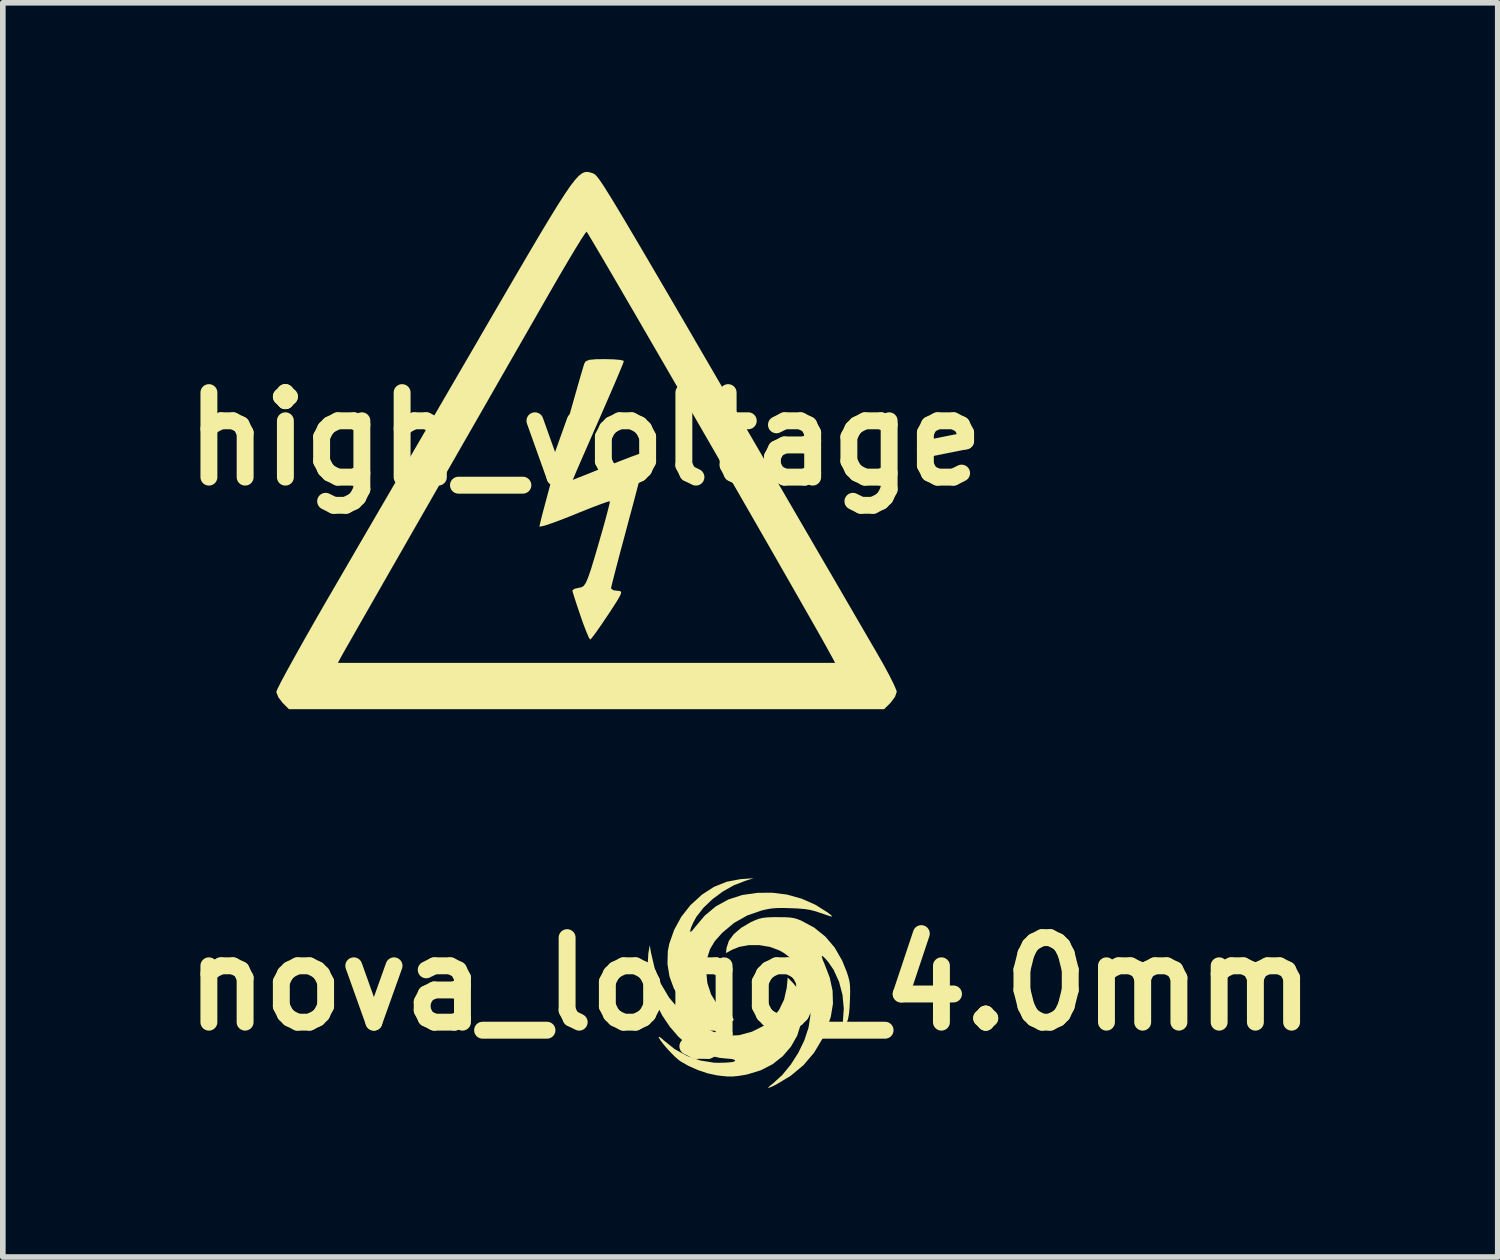
<source format=kicad_pcb>
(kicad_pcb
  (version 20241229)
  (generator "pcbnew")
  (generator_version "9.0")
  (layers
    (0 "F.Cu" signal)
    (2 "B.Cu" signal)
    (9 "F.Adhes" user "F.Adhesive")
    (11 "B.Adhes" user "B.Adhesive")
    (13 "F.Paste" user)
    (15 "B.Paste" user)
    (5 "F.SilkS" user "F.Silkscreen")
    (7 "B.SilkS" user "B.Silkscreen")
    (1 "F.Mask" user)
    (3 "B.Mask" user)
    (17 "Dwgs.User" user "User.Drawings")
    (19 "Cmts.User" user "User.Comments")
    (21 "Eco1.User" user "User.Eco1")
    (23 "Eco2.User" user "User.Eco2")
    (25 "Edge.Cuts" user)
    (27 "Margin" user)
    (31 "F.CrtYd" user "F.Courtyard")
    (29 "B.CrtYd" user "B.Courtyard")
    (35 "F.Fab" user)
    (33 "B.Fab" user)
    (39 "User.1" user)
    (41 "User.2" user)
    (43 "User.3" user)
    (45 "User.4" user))
  (footprint "high_voltage"
    (layer "F.Cu")
    (at 7.336 4.739)
    (property "Reference" "high_voltage" (at 0 0 0) (layer "F.SilkS") (effects (font (size 1.5 1.5) (thickness 0.3))))
    (attr board_only exclude_from_pos_files exclude_from_bom)
    (fp_poly (pts (xy 0.509 -1.412) (xy 0.629 -1.401) (xy 0.684 -1.385) (xy 0.685 -1.382) (xy 0.668 -1.331) (xy 0.618 -1.21) (xy 0.543 -1.031) (xy 0.446 -0.806) (xy 0.334 -0.549) (xy 0.294 -0.456) (xy 0.173 -0.182) (xy 0.062 0.072) (xy -0.034 0.291) (xy -0.108 0.461) (xy -0.154 0.566) (xy -0.16 0.581) (xy -0.222 0.727) (xy -0.008 0.642) (xy 0.131 0.587) (xy 0.322 0.511) (xy 0.534 0.426) (xy 0.63 0.388) (xy 0.811 0.318) (xy 0.957 0.266) (xy 1.051 0.238) (xy 1.074 0.237) (xy 1.068 0.284) (xy 1.04 0.408) (xy 0.994 0.597) (xy 0.933 0.839) (xy 0.859 1.122) (xy 0.775 1.434) (xy 0.691 1.749) (xy 0.614 2.035) (xy 0.55 2.28) (xy 0.5 2.473) (xy 0.468 2.602) (xy 0.457 2.654) (xy 0.496 2.685) (xy 0.571 2.695) (xy 0.618 2.699) (xy 0.638 2.719) (xy 0.625 2.768) (xy 0.575 2.858) (xy 0.482 3.004) (xy 0.4 3.128) (xy 0.284 3.3) (xy 0.186 3.44) (xy 0.116 3.532) (xy 0.087 3.562) (xy 0.062 3.522) (xy 0.016 3.414) (xy -0.044 3.257) (xy -0.084 3.141) (xy -0.146 2.957) (xy -0.195 2.807) (xy -0.224 2.711) (xy -0.229 2.687) (xy -0.189 2.659) (xy -0.108 2.641) (xy -0.063 2.631) (xy -0.025 2.606) (xy 0.012 2.551) (xy 0.052 2.456) (xy 0.103 2.308) (xy 0.168 2.094) (xy 0.232 1.875) (xy 0.303 1.628) (xy 0.363 1.413) (xy 0.407 1.245) (xy 0.433 1.138) (xy 0.436 1.106) (xy 0.391 1.117) (xy 0.276 1.157) (xy 0.108 1.221) (xy -0.098 1.303) (xy -0.19 1.341) (xy -0.406 1.427) (xy -0.591 1.495) (xy -0.729 1.541) (xy -0.804 1.557) (xy -0.813 1.555) (xy -0.803 1.506) (xy -0.773 1.382) (xy -0.724 1.195) (xy -0.66 0.957) (xy -0.585 0.68) (xy -0.502 0.377) (xy -0.415 0.061) (xy -0.327 -0.257) (xy -0.241 -0.564) (xy -0.16 -0.848) (xy -0.089 -1.096) (xy -0.03 -1.295) (xy -0.018 -1.336) (xy 0.009 -1.378) (xy 0.072 -1.403) (xy 0.19 -1.414) (xy 0.346 -1.416)) (stroke (width 0) (type solid)) (fill yes) (layer "F.SilkS"))
    (fp_poly (pts (xy 0.08 -4.731) (xy 0.127 -4.716) (xy 0.144 -4.71) (xy 0.161 -4.701) (xy 0.182 -4.684) (xy 0.208 -4.656) (xy 0.242 -4.613) (xy 0.286 -4.55) (xy 0.342 -4.465) (xy 0.412 -4.353) (xy 0.5 -4.211) (xy 0.607 -4.033) (xy 0.736 -3.817) (xy 0.889 -3.558) (xy 1.069 -3.253) (xy 1.277 -2.898) (xy 1.517 -2.488) (xy 1.79 -2.02) (xy 2.098 -1.49) (xy 2.445 -0.894) (xy 2.833 -0.229) (xy 3.263 0.511) (xy 3.404 0.754) (xy 3.667 1.206) (xy 3.926 1.651) (xy 4.175 2.08) (xy 4.411 2.484) (xy 4.626 2.854) (xy 4.816 3.181) (xy 4.975 3.454) (xy 5.098 3.666) (xy 5.17 3.789) (xy 5.294 4.006) (xy 5.399 4.201) (xy 5.477 4.358) (xy 5.521 4.461) (xy 5.528 4.487) (xy 5.497 4.577) (xy 5.422 4.678) (xy 5.416 4.685) (xy 5.303 4.797) (xy 0.023 4.797) (xy -5.258 4.797) (xy -5.37 4.685) (xy -5.447 4.585) (xy -5.482 4.493) (xy -5.482 4.488) (xy -5.46 4.432) (xy -5.396 4.305) (xy -5.295 4.117) (xy -5.216 3.974) (xy -4.389 3.974) (xy 0.022 3.974) (xy 4.434 3.974) (xy 4.367 3.849) (xy 4.305 3.736) (xy 4.205 3.557) (xy 4.071 3.32) (xy 3.905 3.029) (xy 3.713 2.693) (xy 3.498 2.317) (xy 3.264 1.908) (xy 3.014 1.473) (xy 2.753 1.019) (xy 2.484 0.552) (xy 2.211 0.079) (xy 1.938 -0.394) (xy 1.669 -0.86) (xy 1.408 -1.312) (xy 1.157 -1.744) (xy 0.922 -2.15) (xy 0.706 -2.521) (xy 0.513 -2.853) (xy 0.346 -3.138) (xy 0.21 -3.369) (xy 0.108 -3.541) (xy 0.045 -3.646) (xy 0.023 -3.678) (xy -0.008 -3.639) (xy -0.078 -3.532) (xy -0.18 -3.366) (xy -0.308 -3.152) (xy -0.457 -2.899) (xy -0.614 -2.627) (xy -0.745 -2.399) (xy -0.915 -2.102) (xy -1.119 -1.746) (xy -1.351 -1.342) (xy -1.604 -0.9) (xy -1.873 -0.43) (xy -2.152 0.056) (xy -2.435 0.55) (xy -2.717 1.041) (xy -2.748 1.096) (xy -3.01 1.552) (xy -3.258 1.986) (xy -3.491 2.392) (xy -3.703 2.763) (xy -3.891 3.092) (xy -4.051 3.372) (xy -4.179 3.597) (xy -4.272 3.759) (xy -4.324 3.853) (xy -4.335 3.872) (xy -4.389 3.974) (xy -5.216 3.974) (xy -5.162 3.876) (xy -5.002 3.59) (xy -4.819 3.268) (xy -4.618 2.918) (xy -4.487 2.693) (xy -4.286 2.347) (xy -4.046 1.934) (xy -3.774 1.467) (xy -3.478 0.959) (xy -3.166 0.422) (xy -2.844 -0.132) (xy -2.519 -0.691) (xy -2.199 -1.241) (xy -1.891 -1.77) (xy -1.849 -1.844) (xy -1.527 -2.397) (xy -1.247 -2.877) (xy -1.007 -3.287) (xy -0.802 -3.634) (xy -0.628 -3.923) (xy -0.483 -4.158) (xy -0.363 -4.345) (xy -0.264 -4.489) (xy -0.183 -4.594) (xy -0.116 -4.667) (xy -0.059 -4.712) (xy -0.01 -4.734) (xy 0.035 -4.739)) (stroke (width 0) (type solid)) (fill yes) (layer "F.SilkS")))
  (footprint "nova_logo_4.0mm"
    (layer "F.Cu")
    (at 10.264 14.411)
    (property "Reference" "nova_logo_4.0mm" (at 0 0 0) (layer "F.SilkS") (effects (font (size 1.5 1.5) (thickness 0.3))))
    (attr board_only exclude_from_pos_files exclude_from_bom)
    (fp_poly (pts (xy -0.087 -1.83) (xy -0.29 -1.751) (xy -0.487 -1.64) (xy -0.67 -1.504) (xy -0.829 -1.353) (xy -0.954 -1.193) (xy -1.01 -1.092) (xy -1.051 -0.997) (xy -1.067 -0.94) (xy -1.06 -0.922) (xy -1.031 -0.945) (xy -0.983 -1.004) (xy -0.808 -1.212) (xy -0.611 -1.376) (xy -0.39 -1.498) (xy -0.143 -1.578) (xy 0.131 -1.617) (xy 0.388 -1.619) (xy 0.651 -1.586) (xy 0.912 -1.513) (xy 1.157 -1.405) (xy 1.375 -1.267) (xy 1.419 -1.233) (xy 1.447 -1.208) (xy 1.452 -1.197) (xy 1.427 -1.2) (xy 1.368 -1.218) (xy 1.267 -1.253) (xy 1.262 -1.254) (xy 1.155 -1.29) (xy 1.061 -1.314) (xy 0.963 -1.329) (xy 0.846 -1.339) (xy 0.723 -1.344) (xy 0.574 -1.348) (xy 0.46 -1.346) (xy 0.362 -1.337) (xy 0.267 -1.319) (xy 0.201 -1.303) (xy -0.055 -1.214) (xy -0.287 -1.083) (xy -0.497 -0.907) (xy -0.502 -0.902) (xy -0.629 -0.759) (xy -0.714 -0.617) (xy -0.763 -0.463) (xy -0.782 -0.284) (xy -0.783 -0.237) (xy -0.761 -0.015) (xy -0.695 0.186) (xy -0.587 0.362) (xy -0.436 0.512) (xy -0.397 0.542) (xy -0.329 0.592) (xy -0.296 0.622) (xy -0.294 0.641) (xy -0.317 0.659) (xy -0.329 0.666) (xy -0.405 0.689) (xy -0.509 0.697) (xy -0.621 0.69) (xy -0.722 0.667) (xy -0.729 0.665) (xy -0.928 0.569) (xy -1.101 0.434) (xy -1.245 0.268) (xy -1.357 0.077) (xy -1.433 -0.132) (xy -1.469 -0.353) (xy -1.463 -0.579) (xy -1.437 -0.713) (xy -1.351 -0.958) (xy -1.224 -1.191) (xy -1.063 -1.396) (xy -1.059 -1.4) (xy -0.857 -1.585) (xy -0.645 -1.722) (xy -0.42 -1.813) (xy -0.178 -1.859) (xy -0.129 -1.863) (xy 0.062 -1.876)) (stroke (width 0) (type solid)) (fill yes) (layer "F.SilkS"))
    (fp_poly (pts (xy -1.763 -0.562) (xy -1.695 -0.273) (xy -1.586 -0.003) (xy -1.441 0.241) (xy -1.263 0.455) (xy -1.055 0.635) (xy -0.845 0.762) (xy -0.66 0.846) (xy -0.499 0.897) (xy -0.351 0.917) (xy -0.207 0.91) (xy -0.183 0.906) (xy 0.032 0.847) (xy 0.223 0.751) (xy 0.384 0.621) (xy 0.511 0.462) (xy 0.6 0.279) (xy 0.646 0.077) (xy 0.648 0.064) (xy 0.665 -0.113) (xy 0.765 -0.011) (xy 0.843 0.086) (xy 0.893 0.196) (xy 0.919 0.329) (xy 0.925 0.472) (xy 0.901 0.703) (xy 0.833 0.918) (xy 0.723 1.112) (xy 0.576 1.283) (xy 0.396 1.425) (xy 0.186 1.533) (xy -0.05 1.605) (xy -0.093 1.614) (xy -0.218 1.634) (xy -0.317 1.643) (xy -0.411 1.642) (xy -0.522 1.631) (xy -0.597 1.621) (xy -0.758 1.586) (xy -0.93 1.528) (xy -1.095 1.455) (xy -1.235 1.375) (xy -1.264 1.354) (xy -1.33 1.298) (xy -1.404 1.224) (xy -1.48 1.142) (xy -1.547 1.062) (xy -1.598 0.994) (xy -1.624 0.948) (xy -1.625 0.94) (xy -1.609 0.941) (xy -1.568 0.971) (xy -1.531 1.005) (xy -1.338 1.159) (xy -1.119 1.278) (xy -0.885 1.359) (xy -0.646 1.397) (xy -0.571 1.4) (xy -0.429 1.396) (xy -0.33 1.388) (xy -0.276 1.374) (xy -0.269 1.355) (xy -0.279 1.347) (xy -0.324 1.333) (xy -0.395 1.326) (xy -0.413 1.325) (xy -0.542 1.312) (xy -0.694 1.277) (xy -0.849 1.226) (xy -0.95 1.182) (xy -1.115 1.079) (xy -1.276 0.935) (xy -1.427 0.76) (xy -1.56 0.563) (xy -1.669 0.354) (xy -1.746 0.14) (xy -1.757 0.1) (xy -1.79 -0.065) (xy -1.81 -0.239) (xy -1.817 -0.403) (xy -1.808 -0.541) (xy -1.805 -0.562) (xy -1.783 -0.688)) (stroke (width 0) (type solid)) (fill yes) (layer "F.SilkS"))
    (fp_poly (pts (xy 0.619 -1.184) (xy 0.714 -1.178) (xy 0.789 -1.165) (xy 0.857 -1.143) (xy 0.9 -1.126) (xy 1.134 -1) (xy 1.333 -0.84) (xy 1.498 -0.646) (xy 1.632 -0.413) (xy 1.712 -0.214) (xy 1.741 -0.124) (xy 1.76 -0.049) (xy 1.77 0.026) (xy 1.773 0.115) (xy 1.771 0.233) (xy 1.769 0.286) (xy 1.762 0.431) (xy 1.751 0.538) (xy 1.735 0.623) (xy 1.711 0.698) (xy 1.7 0.725) (xy 1.659 0.817) (xy 1.634 0.865) (xy 1.622 0.866) (xy 1.624 0.821) (xy 1.636 0.728) (xy 1.643 0.683) (xy 1.66 0.438) (xy 1.637 0.194) (xy 1.576 -0.038) (xy 1.48 -0.249) (xy 1.381 -0.394) (xy 1.329 -0.453) (xy 1.288 -0.491) (xy 1.272 -0.5) (xy 1.271 -0.48) (xy 1.287 -0.426) (xy 1.317 -0.356) (xy 1.411 -0.112) (xy 1.461 0.12) (xy 1.468 0.349) (xy 1.43 0.581) (xy 1.349 0.824) (xy 1.284 0.967) (xy 1.133 1.22) (xy 0.944 1.442) (xy 0.716 1.632) (xy 0.455 1.788) (xy 0.367 1.83) (xy 0.322 1.846) (xy 0.32 1.837) (xy 0.359 1.801) (xy 0.41 1.761) (xy 0.57 1.614) (xy 0.721 1.429) (xy 0.853 1.221) (xy 0.96 1.001) (xy 1.032 0.782) (xy 1.036 0.766) (xy 1.066 0.57) (xy 1.071 0.364) (xy 1.053 0.16) (xy 1.013 -0.027) (xy 0.951 -0.185) (xy 0.935 -0.214) (xy 0.849 -0.331) (xy 0.732 -0.447) (xy 0.602 -0.546) (xy 0.519 -0.594) (xy 0.35 -0.657) (xy 0.164 -0.688) (xy -0.023 -0.689) (xy -0.197 -0.657) (xy -0.316 -0.609) (xy -0.432 -0.548) (xy -0.419 -0.646) (xy -0.378 -0.768) (xy -0.291 -0.885) (xy -0.162 -0.995) (xy 0.005 -1.094) (xy 0.075 -1.126) (xy 0.146 -1.154) (xy 0.216 -1.171) (xy 0.298 -1.181) (xy 0.407 -1.185) (xy 0.487 -1.185)) (stroke (width 0) (type solid)) (fill yes) (layer "F.SilkS")))
  (gr_rect
    (start -3 -3)
    (end 23.529 19.257)
    (stroke (width 0.1) (type default))
    (fill no)
    (layer "Edge.Cuts")))
</source>
